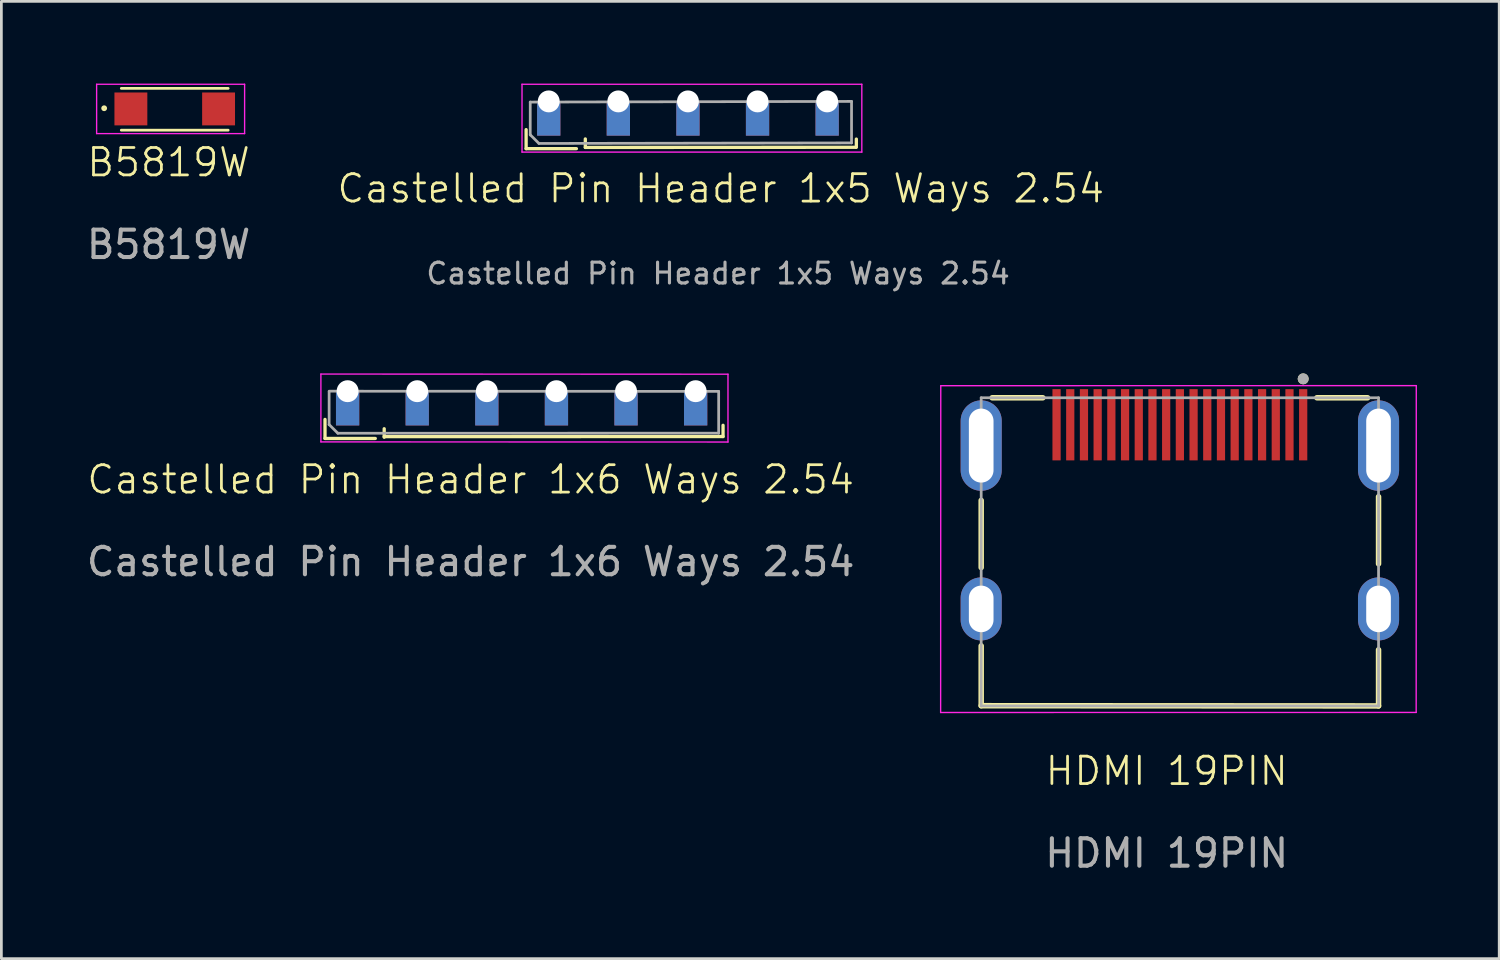
<source format=kicad_pcb>
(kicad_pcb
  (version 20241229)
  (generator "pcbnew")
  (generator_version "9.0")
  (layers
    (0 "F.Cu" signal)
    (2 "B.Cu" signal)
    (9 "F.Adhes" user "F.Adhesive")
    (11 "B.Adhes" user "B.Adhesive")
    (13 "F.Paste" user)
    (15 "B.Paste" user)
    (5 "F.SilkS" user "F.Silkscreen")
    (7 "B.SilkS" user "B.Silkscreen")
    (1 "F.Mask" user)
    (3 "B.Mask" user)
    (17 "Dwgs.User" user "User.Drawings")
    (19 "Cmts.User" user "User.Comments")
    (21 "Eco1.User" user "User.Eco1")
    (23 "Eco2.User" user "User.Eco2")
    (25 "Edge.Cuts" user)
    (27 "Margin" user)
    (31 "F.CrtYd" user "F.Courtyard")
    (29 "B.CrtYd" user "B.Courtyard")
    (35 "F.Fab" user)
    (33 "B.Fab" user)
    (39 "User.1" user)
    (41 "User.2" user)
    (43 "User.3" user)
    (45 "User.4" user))
  (footprint "Castelled Pin Header 1x6 Ways 2.54"
    (layer "F.Cu")
    (at 27.415 11.225)
    (property "Reference" "Castelled Pin Header 1x6 Ways 2.54" (at -13.29 3.225 0) (unlocked yes) (layer "F.SilkS") (effects (font (size 1 1) (thickness 0.1))))
    (attr smd)
    (fp_line (start -18.605 1.725) (end -18.605 1.03) (stroke (width 0.12) (type solid)) (layer "F.SilkS"))
    (fp_line (start -16.77 1.725) (end -18.605 1.725) (stroke (width 0.12) (type solid)) (layer "F.SilkS"))
    (fp_line (start -16.445 1.68) (end -16.445 1.37) (stroke (width 0.12) (type solid)) (layer "F.SilkS"))
    (fp_line (start -16.445 1.659) (end -4.08 1.655) (stroke (width 0.12) (type solid)) (layer "F.SilkS"))
    (fp_line (start -4.08 1.655) (end -4.08 1.245) (stroke (width 0.12) (type default)) (layer "F.SilkS"))
    (fp_line (start -18.755 -0.625) (end -18.755 1.85) (stroke (width 0.05) (type solid)) (layer "F.CrtYd"))
    (fp_line (start -18.755 1.85) (end -3.9 1.855) (stroke (width 0.05) (type solid)) (layer "F.CrtYd"))
    (fp_line (start -3.9 -0.62) (end -18.755 -0.625) (stroke (width 0.05) (type solid)) (layer "F.CrtYd"))
    (fp_line (start -3.9 -0.62) (end -3.9 1.855) (stroke (width 0.05) (type default)) (layer "F.CrtYd"))
    (fp_line (start -18.455 0) (end -4.24 0.007) (stroke (width 0.1) (type solid)) (layer "F.Fab"))
    (fp_line (start -18.455 1.225) (end -18.455 0.025) (stroke (width 0.1) (type solid)) (layer "F.Fab"))
    (fp_line (start -18.137 1.535) (end -18.455 1.218) (stroke (width 0.1) (type solid)) (layer "F.Fab"))
    (fp_line (start -18.137 1.535) (end -4.24 1.532) (stroke (width 0.1) (type solid)) (layer "F.Fab"))
    (fp_line (start -4.24 0.007) (end -4.24 1.532) (stroke (width 0.1) (type default)) (layer "F.Fab"))
    (fp_text user "${REFERENCE}" (at -13.29 6.225 0) (unlocked yes) (layer "F.Fab") (effects (font (size 1 1) (thickness 0.15))))
    (pad "1" thru_hole rect (at -17.78 0 270) (size 1.25 0.85) (drill 0.8 (offset 0.625 0)) (property pad_prop_castellated) (layers "*.Cu" "*.Mask"))
    (pad "2" thru_hole rect (at -15.24 0 270) (size 1.25 0.85) (drill 0.8 (offset 0.625 0)) (property pad_prop_castellated) (layers "*.Cu" "*.Mask"))
    (pad "3" thru_hole rect (at -12.7 0 270) (size 1.25 0.85) (drill 0.8 (offset 0.625 0)) (property pad_prop_castellated) (layers "*.Cu" "*.Mask"))
    (pad "4" thru_hole rect (at -10.16 0 270) (size 1.25 0.85) (drill 0.8 (offset 0.625 0)) (property pad_prop_castellated) (layers "*.Cu" "*.Mask"))
    (pad "5" thru_hole rect (at -7.62 0 270) (size 1.25 0.85) (drill 0.8 (offset 0.625 0)) (property pad_prop_castellated) (layers "*.Cu" "*.Mask"))
    (pad "6" thru_hole rect (at -5.08 0 270) (size 1.25 0.85) (drill 0.8 (offset 0.625 0)) (property pad_prop_castellated) (layers "*.Cu" "*.Mask")))
  (footprint "B5819W"
    (layer "F.Cu")
    (at 1.726 0.925)
    (property "Reference" "B5819W" (at 1.375 1.95 0) (unlocked yes) (layer "F.SilkS") (effects (font (size 1 1) (thickness 0.1))))
    (attr smd)
    (fp_line (start -0.35 -0.75) (end 3.55 -0.75) (stroke (width 0.1) (type default)) (layer "F.SilkS"))
    (fp_line (start -0.35 0.775) (end 3.55 0.775) (stroke (width 0.1) (type default)) (layer "F.SilkS"))
    (fp_circle (center -0.975 -0.025) (end -0.925 0) (stroke (width 0.1) (type default)) (fill no) (layer "F.SilkS"))
    (fp_line (start -1.25 -0.9) (end 4.15 -0.9) (stroke (width 0.05) (type default)) (layer "F.CrtYd"))
    (fp_line (start -1.25 0.9) (end -1.25 -0.9) (stroke (width 0.05) (type default)) (layer "F.CrtYd"))
    (fp_line (start 4.15 -0.9) (end 4.15 0.9) (stroke (width 0.05) (type default)) (layer "F.CrtYd"))
    (fp_line (start 4.15 0.9) (end -1.25 0.9) (stroke (width 0.05) (type default)) (layer "F.CrtYd"))
    (fp_text user "${REFERENCE}" (at 1.375 4.95 0) (unlocked yes) (layer "F.Fab") (effects (font (size 1 1) (thickness 0.15))))
    (pad "1" smd rect (at 0 0 270) (size 1.2 1.2) (property pad_prop_castellated) (layers "F.Cu" "F.Mask" "F.Paste"))
    (pad "2" smd rect (at 3.2 0 270) (size 1.2 1.2) (property pad_prop_castellated) (layers "F.Cu" "F.Mask" "F.Paste")))
  (footprint "Castelled Pin Header 1x5 Ways 2.54"
    (layer "F.Cu")
    (at 29.674 0.65)
    (property "Reference" "Castelled Pin Header 1x5 Ways 2.54" (at -6.421 3.18 0) (unlocked yes) (layer "F.SilkS") (effects (font (size 1 1) (thickness 0.1))))
    (attr smd)
    (fp_line (start -13.525 1.725) (end -13.525 1.03) (stroke (width 0.12) (type solid)) (layer "F.SilkS"))
    (fp_line (start -11.69 1.725) (end -13.525 1.725) (stroke (width 0.12) (type solid)) (layer "F.SilkS"))
    (fp_line (start -11.365 1.68) (end -11.365 1.37) (stroke (width 0.12) (type solid)) (layer "F.SilkS"))
    (fp_line (start -11.365 1.68) (end -1.5 1.675) (stroke (width 0.12) (type solid)) (layer "F.SilkS"))
    (fp_line (start -1.475 1.675) (end -1.475 1.375) (stroke (width 0.12) (type solid)) (layer "F.SilkS"))
    (fp_line (start -13.675 -0.625) (end -13.675 1.85) (stroke (width 0.05) (type solid)) (layer "F.CrtYd"))
    (fp_line (start -13.675 1.85) (end -1.275 1.85) (stroke (width 0.05) (type solid)) (layer "F.CrtYd"))
    (fp_line (start -1.275 -0.625) (end -13.675 -0.625) (stroke (width 0.05) (type solid)) (layer "F.CrtYd"))
    (fp_line (start -1.275 -0.625) (end -1.275 1.85) (stroke (width 0.05) (type default)) (layer "F.CrtYd"))
    (fp_line (start -13.375 0.025) (end -1.65 0) (stroke (width 0.1) (type solid)) (layer "F.Fab"))
    (fp_line (start -13.375 1.225) (end -13.375 0.025) (stroke (width 0.1) (type solid)) (layer "F.Fab"))
    (fp_line (start -13.057 1.535) (end -13.375 1.218) (stroke (width 0.1) (type solid)) (layer "F.Fab"))
    (fp_line (start -13.057 1.535) (end -1.65 1.515) (stroke (width 0.1) (type solid)) (layer "F.Fab"))
    (fp_line (start -1.65 0) (end -1.65 1.515) (stroke (width 0.1) (type solid)) (layer "F.Fab"))
    (fp_text user "${REFERENCE}" (at -6.521 6.28 180) (layer "F.Fab") (effects (font (size 0.76 0.76) (thickness 0.114))))
    (pad "1" thru_hole rect (at -12.7 0 270) (size 1.25 0.85) (drill 0.8 (offset 0.625 0)) (property pad_prop_castellated) (layers "*.Cu" "*.Mask"))
    (pad "2" thru_hole rect (at -10.16 0 270) (size 1.25 0.85) (drill 0.8 (offset 0.625 0)) (property pad_prop_castellated) (layers "*.Cu" "*.Mask"))
    (pad "3" thru_hole rect (at -7.62 0 270) (size 1.25 0.85) (drill 0.8 (offset 0.625 0)) (property pad_prop_castellated) (layers "*.Cu" "*.Mask"))
    (pad "4" thru_hole rect (at -5.08 0 270) (size 1.25 0.85) (drill 0.8 (offset 0.625 0)) (property pad_prop_castellated) (layers "*.Cu" "*.Mask"))
    (pad "5" thru_hole rect (at -2.54 0 270) (size 1.25 0.85) (drill 0.8 (offset 0.625 0)) (property pad_prop_castellated) (layers "*.Cu" "*.Mask")))
  (footprint "HDMI 19PIN"
    (layer "F.Cu")
    (at 32.755 13.21)
    (property "Reference" "HDMI 19PIN" (at 6.77 11.875 0) (unlocked yes) (layer "F.SilkS") (effects (font (size 1 1) (thickness 0.1))))
    (attr smd)
    (fp_line (start 0 4.45) (end 0 2) (stroke (width 0.2) (type solid)) (layer "F.SilkS"))
    (fp_line (start 0 7.308) (end 0 9.492) (stroke (width 0.2) (type solid)) (layer "F.SilkS"))
    (fp_line (start 0 9.492) (end 14.5 9.5) (stroke (width 0.2) (type solid)) (layer "F.SilkS"))
    (fp_line (start 0.4 -1.745) (end 2.25 -1.745) (stroke (width 0.2) (type solid)) (layer "F.SilkS"))
    (fp_line (start 12.25 -1.745) (end 14.1 -1.745) (stroke (width 0.2) (type solid)) (layer "F.SilkS"))
    (fp_line (start 14.5 4.315) (end 14.5 1.865) (stroke (width 0.2) (type solid)) (layer "F.SilkS"))
    (fp_line (start 14.5 9.5) (end 14.5 7.45) (stroke (width 0.2) (type solid)) (layer "F.SilkS"))
    (fp_circle (center 11.75 -2.435) (end 11.85 -2.435) (stroke (width 0.2) (type solid)) (fill no) (layer "F.SilkS"))
    (fp_line (start -1.48 9.74) (end 15.873 9.738) (stroke (width 0.05) (type solid)) (layer "F.CrtYd"))
    (fp_line (start -1.475 -2.185) (end -1.48 9.74) (stroke (width 0.05) (type solid)) (layer "F.CrtYd"))
    (fp_line (start 15.873 9.738) (end 15.877 -2.188) (stroke (width 0.05) (type solid)) (layer "F.CrtYd"))
    (fp_line (start 15.877 -2.188) (end -1.475 -2.185) (stroke (width 0.05) (type solid)) (layer "F.CrtYd"))
    (fp_line (start 0 -1.745) (end 0 9.5) (stroke (width 0.1) (type solid)) (layer "F.Fab"))
    (fp_line (start 0 9.5) (end 14.5 9.5) (stroke (width 0.1) (type solid)) (layer "F.Fab"))
    (fp_line (start 14.5 -1.745) (end 0 -1.745) (stroke (width 0.1) (type solid)) (layer "F.Fab"))
    (fp_line (start 14.5 9.5) (end 14.5 -1.745) (stroke (width 0.1) (type solid)) (layer "F.Fab"))
    (fp_circle (center 11.75 -2.435) (end 11.85 -2.435) (stroke (width 0.2) (type solid)) (fill no) (layer "F.Fab"))
    (fp_text user "${REFERENCE}" (at 6.77 14.875 0) (unlocked yes) (layer "F.Fab") (effects (font (size 1 1) (thickness 0.15))))
    (pad "1" smd rect (at 11.75 -0.76) (size 0.3 2.6) (layers "F.Cu" "F.Mask" "F.Paste"))
    (pad "2" smd rect (at 11.25 -0.76) (size 0.3 2.6) (layers "F.Cu" "F.Mask" "F.Paste"))
    (pad "3" smd rect (at 10.75 -0.76) (size 0.3 2.6) (layers "F.Cu" "F.Mask" "F.Paste"))
    (pad "4" smd rect (at 10.25 -0.76) (size 0.3 2.6) (layers "F.Cu" "F.Mask" "F.Paste"))
    (pad "5" smd rect (at 9.75 -0.76) (size 0.3 2.6) (layers "F.Cu" "F.Mask" "F.Paste"))
    (pad "6" smd rect (at 9.25 -0.76) (size 0.3 2.6) (layers "F.Cu" "F.Mask" "F.Paste"))
    (pad "7" smd rect (at 8.75 -0.76) (size 0.3 2.6) (layers "F.Cu" "F.Mask" "F.Paste"))
    (pad "8" smd rect (at 8.25 -0.76) (size 0.3 2.6) (layers "F.Cu" "F.Mask" "F.Paste"))
    (pad "9" smd rect (at 7.75 -0.76) (size 0.3 2.6) (layers "F.Cu" "F.Mask" "F.Paste"))
    (pad "10" smd rect (at 7.25 -0.76) (size 0.3 2.6) (layers "F.Cu" "F.Mask" "F.Paste"))
    (pad "11" smd rect (at 6.75 -0.76) (size 0.3 2.6) (layers "F.Cu" "F.Mask" "F.Paste"))
    (pad "12" smd rect (at 6.25 -0.76) (size 0.3 2.6) (layers "F.Cu" "F.Mask" "F.Paste"))
    (pad "13" smd rect (at 5.75 -0.76) (size 0.3 2.6) (layers "F.Cu" "F.Mask" "F.Paste"))
    (pad "14" smd rect (at 5.25 -0.76) (size 0.3 2.6) (layers "F.Cu" "F.Mask" "F.Paste"))
    (pad "15" smd rect (at 4.75 -0.76) (size 0.3 2.6) (layers "F.Cu" "F.Mask" "F.Paste"))
    (pad "16" smd rect (at 4.25 -0.76) (size 0.3 2.6) (layers "F.Cu" "F.Mask" "F.Paste"))
    (pad "17" smd rect (at 3.75 -0.76) (size 0.3 2.6) (layers "F.Cu" "F.Mask" "F.Paste"))
    (pad "18" smd rect (at 3.25 -0.76) (size 0.3 2.6) (layers "F.Cu" "F.Mask" "F.Paste"))
    (pad "19" smd rect (at 2.75 -0.76) (size 0.3 2.6) (layers "F.Cu" "F.Mask" "F.Paste"))
    (pad "SH" thru_hole oval (at 0 0 180) (size 1.5 3.3) (drill oval 0.9 2.7) (layers "*.Cu" "*.Mask"))
    (pad "SH" thru_hole oval (at 0 5.96 180) (size 1.5 2.3) (drill oval 0.9 1.7) (layers "*.Cu" "*.Mask"))
    (pad "SH" thru_hole oval (at 14.5 0 180) (size 1.5 3.3) (drill oval 0.9 2.7) (layers "*.Cu" "*.Mask"))
    (pad "SH" thru_hole oval (at 14.5 5.96 180) (size 1.5 2.3) (drill oval 0.9 1.7) (layers "*.Cu" "*.Mask")))
  (gr_rect
    (start -3 -3)
    (end 51.658 31.933)
    (stroke (width 0.1) (type default))
    (fill no)
    (layer "Edge.Cuts")))
</source>
